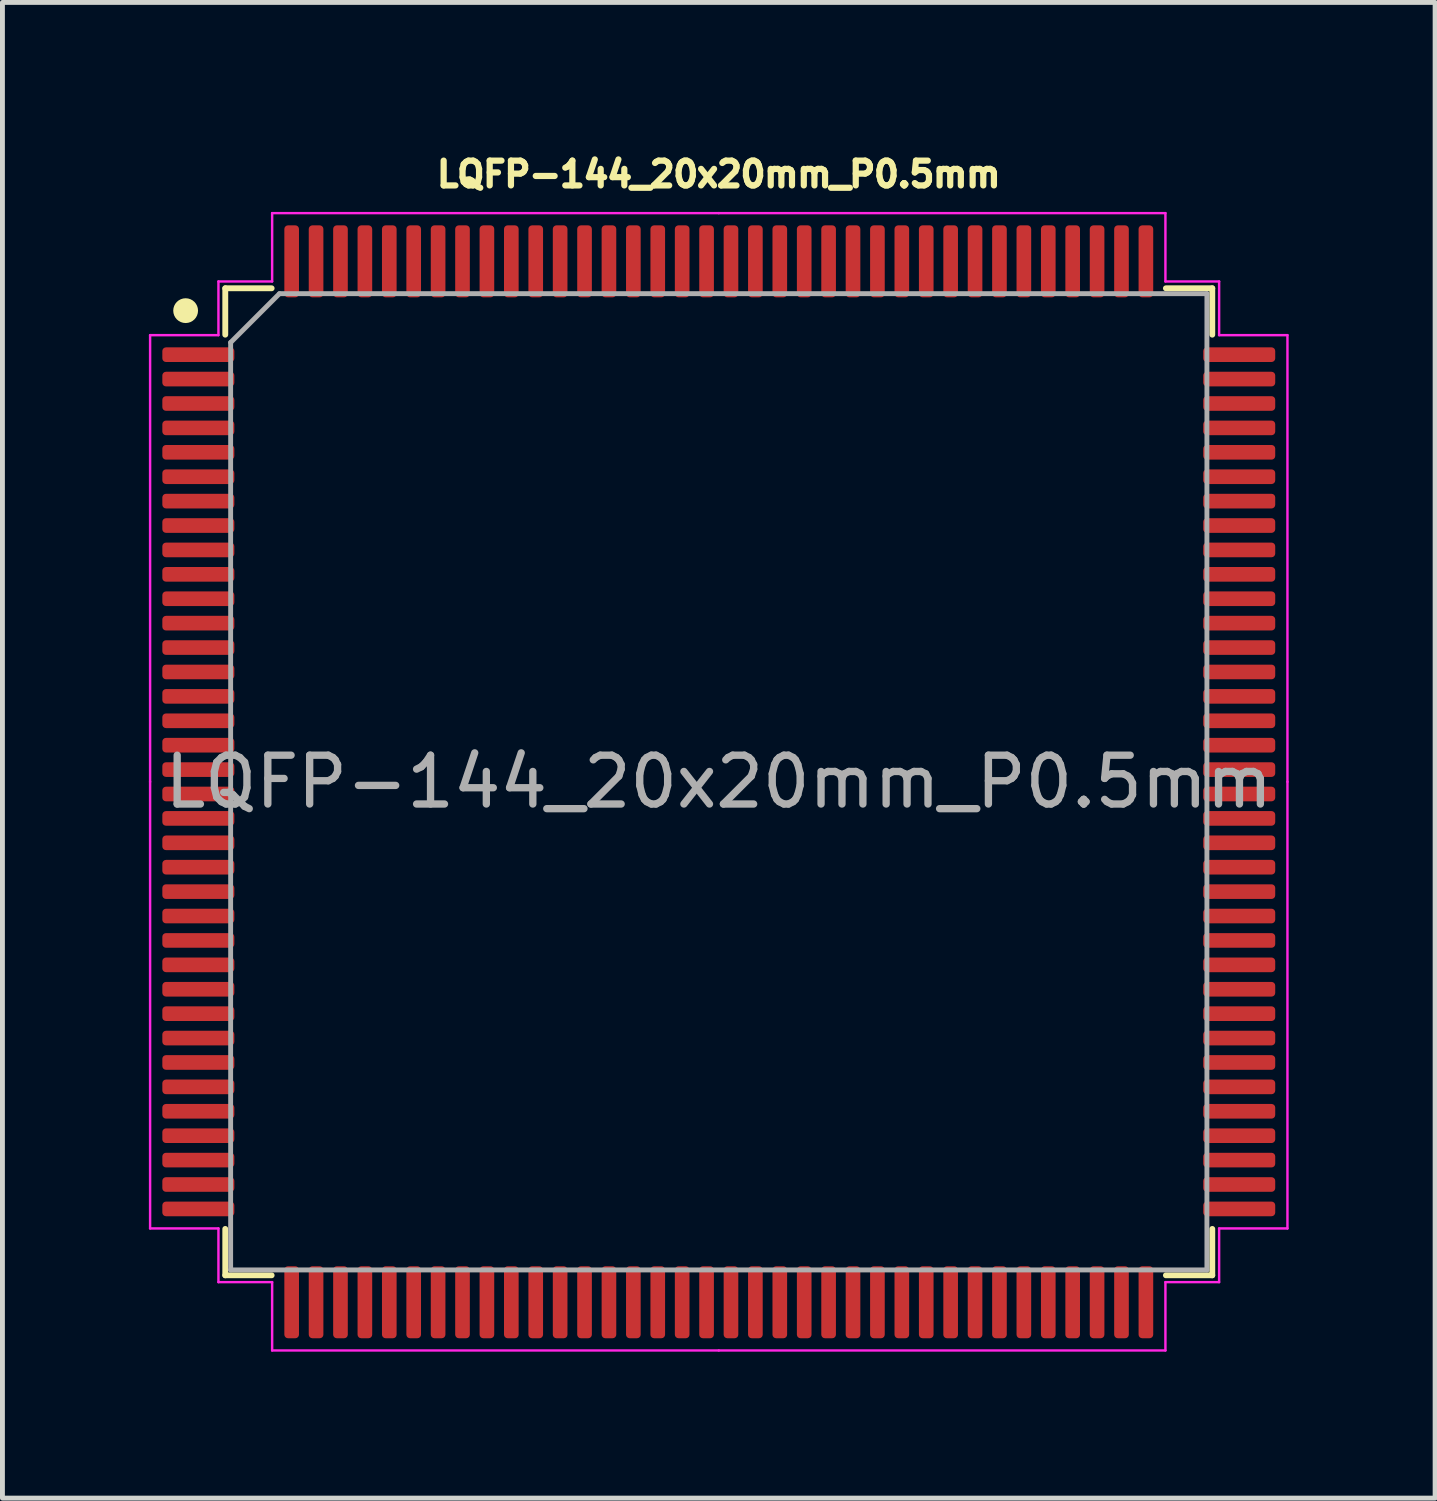
<source format=kicad_pcb>
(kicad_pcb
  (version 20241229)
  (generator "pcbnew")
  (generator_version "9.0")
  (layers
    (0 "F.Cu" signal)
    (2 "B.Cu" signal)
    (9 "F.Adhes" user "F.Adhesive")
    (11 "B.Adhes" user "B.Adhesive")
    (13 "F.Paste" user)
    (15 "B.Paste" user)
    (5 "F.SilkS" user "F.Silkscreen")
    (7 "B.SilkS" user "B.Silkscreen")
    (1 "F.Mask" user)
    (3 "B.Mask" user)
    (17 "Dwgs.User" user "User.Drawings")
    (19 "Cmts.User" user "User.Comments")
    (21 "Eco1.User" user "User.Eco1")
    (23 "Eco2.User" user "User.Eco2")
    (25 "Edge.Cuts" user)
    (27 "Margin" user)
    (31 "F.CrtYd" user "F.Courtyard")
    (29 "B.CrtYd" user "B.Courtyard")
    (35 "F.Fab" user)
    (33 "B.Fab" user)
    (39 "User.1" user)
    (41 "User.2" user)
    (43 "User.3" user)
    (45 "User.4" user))
  (footprint "LQFP-144_20x20mm_P0.5mm"
    (layer "F.Cu")
    (at 11.675 12.966)
    (property "Reference" "LQFP-144_20x20mm_P0.5mm" (at 0 -12.446 0) (layer "F.SilkS") (effects (font (size 0.508 0.508) (thickness 0.127))))
    (attr smd)
    (fp_line (start -10.11 -10.11) (end -10.11 -9.16) (stroke (width 0.12) (type solid)) (layer "F.SilkS"))
    (fp_line (start -10.11 10.11) (end -10.11 9.16) (stroke (width 0.12) (type solid)) (layer "F.SilkS"))
    (fp_line (start -9.16 -10.11) (end -10.11 -10.11) (stroke (width 0.12) (type solid)) (layer "F.SilkS"))
    (fp_line (start -9.16 10.11) (end -10.11 10.11) (stroke (width 0.12) (type solid)) (layer "F.SilkS"))
    (fp_line (start 9.16 -10.11) (end 10.11 -10.11) (stroke (width 0.12) (type solid)) (layer "F.SilkS"))
    (fp_line (start 9.16 10.11) (end 10.11 10.11) (stroke (width 0.12) (type solid)) (layer "F.SilkS"))
    (fp_line (start 10.11 -10.11) (end 10.11 -9.16) (stroke (width 0.12) (type solid)) (layer "F.SilkS"))
    (fp_line (start 10.11 10.11) (end 10.11 9.16) (stroke (width 0.12) (type solid)) (layer "F.SilkS"))
    (fp_circle (center -10.922 -9.652) (end -10.795 -9.652) (stroke (width 0.254) (type default)) (fill no) (layer "F.SilkS"))
    (fp_line (start -11.65 -9.15) (end -11.65 0) (stroke (width 0.05) (type solid)) (layer "F.CrtYd"))
    (fp_line (start -11.65 9.15) (end -11.65 0) (stroke (width 0.05) (type solid)) (layer "F.CrtYd"))
    (fp_line (start -10.25 -10.25) (end -10.25 -9.15) (stroke (width 0.05) (type solid)) (layer "F.CrtYd"))
    (fp_line (start -10.25 -9.15) (end -11.65 -9.15) (stroke (width 0.05) (type solid)) (layer "F.CrtYd"))
    (fp_line (start -10.25 9.15) (end -11.65 9.15) (stroke (width 0.05) (type solid)) (layer "F.CrtYd"))
    (fp_line (start -10.25 10.25) (end -10.25 9.15) (stroke (width 0.05) (type solid)) (layer "F.CrtYd"))
    (fp_line (start -9.15 -11.65) (end -9.15 -10.25) (stroke (width 0.05) (type solid)) (layer "F.CrtYd"))
    (fp_line (start -9.15 -10.25) (end -10.25 -10.25) (stroke (width 0.05) (type solid)) (layer "F.CrtYd"))
    (fp_line (start -9.15 10.25) (end -10.25 10.25) (stroke (width 0.05) (type solid)) (layer "F.CrtYd"))
    (fp_line (start -9.15 11.65) (end -9.15 10.25) (stroke (width 0.05) (type solid)) (layer "F.CrtYd"))
    (fp_line (start 0 -11.65) (end -9.15 -11.65) (stroke (width 0.05) (type solid)) (layer "F.CrtYd"))
    (fp_line (start 0 -11.65) (end 9.15 -11.65) (stroke (width 0.05) (type solid)) (layer "F.CrtYd"))
    (fp_line (start 0 11.65) (end -9.15 11.65) (stroke (width 0.05) (type solid)) (layer "F.CrtYd"))
    (fp_line (start 0 11.65) (end 9.15 11.65) (stroke (width 0.05) (type solid)) (layer "F.CrtYd"))
    (fp_line (start 9.15 -11.65) (end 9.15 -10.25) (stroke (width 0.05) (type solid)) (layer "F.CrtYd"))
    (fp_line (start 9.15 -10.25) (end 10.25 -10.25) (stroke (width 0.05) (type solid)) (layer "F.CrtYd"))
    (fp_line (start 9.15 10.25) (end 10.25 10.25) (stroke (width 0.05) (type solid)) (layer "F.CrtYd"))
    (fp_line (start 9.15 11.65) (end 9.15 10.25) (stroke (width 0.05) (type solid)) (layer "F.CrtYd"))
    (fp_line (start 10.25 -10.25) (end 10.25 -9.15) (stroke (width 0.05) (type solid)) (layer "F.CrtYd"))
    (fp_line (start 10.25 -9.15) (end 11.65 -9.15) (stroke (width 0.05) (type solid)) (layer "F.CrtYd"))
    (fp_line (start 10.25 9.15) (end 11.65 9.15) (stroke (width 0.05) (type solid)) (layer "F.CrtYd"))
    (fp_line (start 10.25 10.25) (end 10.25 9.15) (stroke (width 0.05) (type solid)) (layer "F.CrtYd"))
    (fp_line (start 11.65 -9.15) (end 11.65 0) (stroke (width 0.05) (type solid)) (layer "F.CrtYd"))
    (fp_line (start 11.65 9.15) (end 11.65 0) (stroke (width 0.05) (type solid)) (layer "F.CrtYd"))
    (fp_line (start -10 -9) (end -9 -10) (stroke (width 0.1) (type solid)) (layer "F.Fab"))
    (fp_line (start -10 10) (end -10 -9) (stroke (width 0.1) (type solid)) (layer "F.Fab"))
    (fp_line (start -9 -10) (end 10 -10) (stroke (width 0.1) (type solid)) (layer "F.Fab"))
    (fp_line (start 10 -10) (end 10 10) (stroke (width 0.1) (type solid)) (layer "F.Fab"))
    (fp_line (start 10 10) (end -10 10) (stroke (width 0.1) (type solid)) (layer "F.Fab"))
    (fp_text user "${REFERENCE}" (at 0 0 0) (layer "F.Fab") (effects (font (size 1 1) (thickness 0.15))))
    (pad "1" smd roundrect (at -10.662 -8.75) (size 1.475 0.3) (layers "F.Cu" "F.Mask" "F.Paste") (roundrect_rratio 0.25))
    (pad "2" smd roundrect (at -10.662 -8.25) (size 1.475 0.3) (layers "F.Cu" "F.Mask" "F.Paste") (roundrect_rratio 0.25))
    (pad "3" smd roundrect (at -10.662 -7.75) (size 1.475 0.3) (layers "F.Cu" "F.Mask" "F.Paste") (roundrect_rratio 0.25))
    (pad "4" smd roundrect (at -10.662 -7.25) (size 1.475 0.3) (layers "F.Cu" "F.Mask" "F.Paste") (roundrect_rratio 0.25))
    (pad "5" smd roundrect (at -10.662 -6.75) (size 1.475 0.3) (layers "F.Cu" "F.Mask" "F.Paste") (roundrect_rratio 0.25))
    (pad "6" smd roundrect (at -10.662 -6.25) (size 1.475 0.3) (layers "F.Cu" "F.Mask" "F.Paste") (roundrect_rratio 0.25))
    (pad "7" smd roundrect (at -10.662 -5.75) (size 1.475 0.3) (layers "F.Cu" "F.Mask" "F.Paste") (roundrect_rratio 0.25))
    (pad "8" smd roundrect (at -10.662 -5.25) (size 1.475 0.3) (layers "F.Cu" "F.Mask" "F.Paste") (roundrect_rratio 0.25))
    (pad "9" smd roundrect (at -10.662 -4.75) (size 1.475 0.3) (layers "F.Cu" "F.Mask" "F.Paste") (roundrect_rratio 0.25))
    (pad "10" smd roundrect (at -10.662 -4.25) (size 1.475 0.3) (layers "F.Cu" "F.Mask" "F.Paste") (roundrect_rratio 0.25))
    (pad "11" smd roundrect (at -10.662 -3.75) (size 1.475 0.3) (layers "F.Cu" "F.Mask" "F.Paste") (roundrect_rratio 0.25))
    (pad "12" smd roundrect (at -10.662 -3.25) (size 1.475 0.3) (layers "F.Cu" "F.Mask" "F.Paste") (roundrect_rratio 0.25))
    (pad "13" smd roundrect (at -10.662 -2.75) (size 1.475 0.3) (layers "F.Cu" "F.Mask" "F.Paste") (roundrect_rratio 0.25))
    (pad "14" smd roundrect (at -10.662 -2.25) (size 1.475 0.3) (layers "F.Cu" "F.Mask" "F.Paste") (roundrect_rratio 0.25))
    (pad "15" smd roundrect (at -10.662 -1.75) (size 1.475 0.3) (layers "F.Cu" "F.Mask" "F.Paste") (roundrect_rratio 0.25))
    (pad "16" smd roundrect (at -10.662 -1.25) (size 1.475 0.3) (layers "F.Cu" "F.Mask" "F.Paste") (roundrect_rratio 0.25))
    (pad "17" smd roundrect (at -10.662 -0.75) (size 1.475 0.3) (layers "F.Cu" "F.Mask" "F.Paste") (roundrect_rratio 0.25))
    (pad "18" smd roundrect (at -10.662 -0.25) (size 1.475 0.3) (layers "F.Cu" "F.Mask" "F.Paste") (roundrect_rratio 0.25))
    (pad "19" smd roundrect (at -10.662 0.25) (size 1.475 0.3) (layers "F.Cu" "F.Mask" "F.Paste") (roundrect_rratio 0.25))
    (pad "20" smd roundrect (at -10.662 0.75) (size 1.475 0.3) (layers "F.Cu" "F.Mask" "F.Paste") (roundrect_rratio 0.25))
    (pad "21" smd roundrect (at -10.662 1.25) (size 1.475 0.3) (layers "F.Cu" "F.Mask" "F.Paste") (roundrect_rratio 0.25))
    (pad "22" smd roundrect (at -10.662 1.75) (size 1.475 0.3) (layers "F.Cu" "F.Mask" "F.Paste") (roundrect_rratio 0.25))
    (pad "23" smd roundrect (at -10.662 2.25) (size 1.475 0.3) (layers "F.Cu" "F.Mask" "F.Paste") (roundrect_rratio 0.25))
    (pad "24" smd roundrect (at -10.662 2.75) (size 1.475 0.3) (layers "F.Cu" "F.Mask" "F.Paste") (roundrect_rratio 0.25))
    (pad "25" smd roundrect (at -10.662 3.25) (size 1.475 0.3) (layers "F.Cu" "F.Mask" "F.Paste") (roundrect_rratio 0.25))
    (pad "26" smd roundrect (at -10.662 3.75) (size 1.475 0.3) (layers "F.Cu" "F.Mask" "F.Paste") (roundrect_rratio 0.25))
    (pad "27" smd roundrect (at -10.662 4.25) (size 1.475 0.3) (layers "F.Cu" "F.Mask" "F.Paste") (roundrect_rratio 0.25))
    (pad "28" smd roundrect (at -10.662 4.75) (size 1.475 0.3) (layers "F.Cu" "F.Mask" "F.Paste") (roundrect_rratio 0.25))
    (pad "29" smd roundrect (at -10.662 5.25) (size 1.475 0.3) (layers "F.Cu" "F.Mask" "F.Paste") (roundrect_rratio 0.25))
    (pad "30" smd roundrect (at -10.662 5.75) (size 1.475 0.3) (layers "F.Cu" "F.Mask" "F.Paste") (roundrect_rratio 0.25))
    (pad "31" smd roundrect (at -10.662 6.25) (size 1.475 0.3) (layers "F.Cu" "F.Mask" "F.Paste") (roundrect_rratio 0.25))
    (pad "32" smd roundrect (at -10.662 6.75) (size 1.475 0.3) (layers "F.Cu" "F.Mask" "F.Paste") (roundrect_rratio 0.25))
    (pad "33" smd roundrect (at -10.662 7.25) (size 1.475 0.3) (layers "F.Cu" "F.Mask" "F.Paste") (roundrect_rratio 0.25))
    (pad "34" smd roundrect (at -10.662 7.75) (size 1.475 0.3) (layers "F.Cu" "F.Mask" "F.Paste") (roundrect_rratio 0.25))
    (pad "35" smd roundrect (at -10.662 8.25) (size 1.475 0.3) (layers "F.Cu" "F.Mask" "F.Paste") (roundrect_rratio 0.25))
    (pad "36" smd roundrect (at -10.662 8.75) (size 1.475 0.3) (layers "F.Cu" "F.Mask" "F.Paste") (roundrect_rratio 0.25))
    (pad "37" smd roundrect (at -8.75 10.662) (size 0.3 1.475) (layers "F.Cu" "F.Mask" "F.Paste") (roundrect_rratio 0.25))
    (pad "38" smd roundrect (at -8.25 10.662) (size 0.3 1.475) (layers "F.Cu" "F.Mask" "F.Paste") (roundrect_rratio 0.25))
    (pad "39" smd roundrect (at -7.75 10.662) (size 0.3 1.475) (layers "F.Cu" "F.Mask" "F.Paste") (roundrect_rratio 0.25))
    (pad "40" smd roundrect (at -7.25 10.662) (size 0.3 1.475) (layers "F.Cu" "F.Mask" "F.Paste") (roundrect_rratio 0.25))
    (pad "41" smd roundrect (at -6.75 10.662) (size 0.3 1.475) (layers "F.Cu" "F.Mask" "F.Paste") (roundrect_rratio 0.25))
    (pad "42" smd roundrect (at -6.25 10.662) (size 0.3 1.475) (layers "F.Cu" "F.Mask" "F.Paste") (roundrect_rratio 0.25))
    (pad "43" smd roundrect (at -5.75 10.662) (size 0.3 1.475) (layers "F.Cu" "F.Mask" "F.Paste") (roundrect_rratio 0.25))
    (pad "44" smd roundrect (at -5.25 10.662) (size 0.3 1.475) (layers "F.Cu" "F.Mask" "F.Paste") (roundrect_rratio 0.25))
    (pad "45" smd roundrect (at -4.75 10.662) (size 0.3 1.475) (layers "F.Cu" "F.Mask" "F.Paste") (roundrect_rratio 0.25))
    (pad "46" smd roundrect (at -4.25 10.662) (size 0.3 1.475) (layers "F.Cu" "F.Mask" "F.Paste") (roundrect_rratio 0.25))
    (pad "47" smd roundrect (at -3.75 10.662) (size 0.3 1.475) (layers "F.Cu" "F.Mask" "F.Paste") (roundrect_rratio 0.25))
    (pad "48" smd roundrect (at -3.25 10.662) (size 0.3 1.475) (layers "F.Cu" "F.Mask" "F.Paste") (roundrect_rratio 0.25))
    (pad "49" smd roundrect (at -2.75 10.662) (size 0.3 1.475) (layers "F.Cu" "F.Mask" "F.Paste") (roundrect_rratio 0.25))
    (pad "50" smd roundrect (at -2.25 10.662) (size 0.3 1.475) (layers "F.Cu" "F.Mask" "F.Paste") (roundrect_rratio 0.25))
    (pad "51" smd roundrect (at -1.75 10.662) (size 0.3 1.475) (layers "F.Cu" "F.Mask" "F.Paste") (roundrect_rratio 0.25))
    (pad "52" smd roundrect (at -1.25 10.662) (size 0.3 1.475) (layers "F.Cu" "F.Mask" "F.Paste") (roundrect_rratio 0.25))
    (pad "53" smd roundrect (at -0.75 10.662) (size 0.3 1.475) (layers "F.Cu" "F.Mask" "F.Paste") (roundrect_rratio 0.25))
    (pad "54" smd roundrect (at -0.25 10.662) (size 0.3 1.475) (layers "F.Cu" "F.Mask" "F.Paste") (roundrect_rratio 0.25))
    (pad "55" smd roundrect (at 0.25 10.662) (size 0.3 1.475) (layers "F.Cu" "F.Mask" "F.Paste") (roundrect_rratio 0.25))
    (pad "56" smd roundrect (at 0.75 10.662) (size 0.3 1.475) (layers "F.Cu" "F.Mask" "F.Paste") (roundrect_rratio 0.25))
    (pad "57" smd roundrect (at 1.25 10.662) (size 0.3 1.475) (layers "F.Cu" "F.Mask" "F.Paste") (roundrect_rratio 0.25))
    (pad "58" smd roundrect (at 1.75 10.662) (size 0.3 1.475) (layers "F.Cu" "F.Mask" "F.Paste") (roundrect_rratio 0.25))
    (pad "59" smd roundrect (at 2.25 10.662) (size 0.3 1.475) (layers "F.Cu" "F.Mask" "F.Paste") (roundrect_rratio 0.25))
    (pad "60" smd roundrect (at 2.75 10.662) (size 0.3 1.475) (layers "F.Cu" "F.Mask" "F.Paste") (roundrect_rratio 0.25))
    (pad "61" smd roundrect (at 3.25 10.662) (size 0.3 1.475) (layers "F.Cu" "F.Mask" "F.Paste") (roundrect_rratio 0.25))
    (pad "62" smd roundrect (at 3.75 10.662) (size 0.3 1.475) (layers "F.Cu" "F.Mask" "F.Paste") (roundrect_rratio 0.25))
    (pad "63" smd roundrect (at 4.25 10.662) (size 0.3 1.475) (layers "F.Cu" "F.Mask" "F.Paste") (roundrect_rratio 0.25))
    (pad "64" smd roundrect (at 4.75 10.662) (size 0.3 1.475) (layers "F.Cu" "F.Mask" "F.Paste") (roundrect_rratio 0.25))
    (pad "65" smd roundrect (at 5.25 10.662) (size 0.3 1.475) (layers "F.Cu" "F.Mask" "F.Paste") (roundrect_rratio 0.25))
    (pad "66" smd roundrect (at 5.75 10.662) (size 0.3 1.475) (layers "F.Cu" "F.Mask" "F.Paste") (roundrect_rratio 0.25))
    (pad "67" smd roundrect (at 6.25 10.662) (size 0.3 1.475) (layers "F.Cu" "F.Mask" "F.Paste") (roundrect_rratio 0.25))
    (pad "68" smd roundrect (at 6.75 10.662) (size 0.3 1.475) (layers "F.Cu" "F.Mask" "F.Paste") (roundrect_rratio 0.25))
    (pad "69" smd roundrect (at 7.25 10.662) (size 0.3 1.475) (layers "F.Cu" "F.Mask" "F.Paste") (roundrect_rratio 0.25))
    (pad "70" smd roundrect (at 7.75 10.662) (size 0.3 1.475) (layers "F.Cu" "F.Mask" "F.Paste") (roundrect_rratio 0.25))
    (pad "71" smd roundrect (at 8.25 10.662) (size 0.3 1.475) (layers "F.Cu" "F.Mask" "F.Paste") (roundrect_rratio 0.25))
    (pad "72" smd roundrect (at 8.75 10.662) (size 0.3 1.475) (layers "F.Cu" "F.Mask" "F.Paste") (roundrect_rratio 0.25))
    (pad "73" smd roundrect (at 10.662 8.75) (size 1.475 0.3) (layers "F.Cu" "F.Mask" "F.Paste") (roundrect_rratio 0.25))
    (pad "74" smd roundrect (at 10.662 8.25) (size 1.475 0.3) (layers "F.Cu" "F.Mask" "F.Paste") (roundrect_rratio 0.25))
    (pad "75" smd roundrect (at 10.662 7.75) (size 1.475 0.3) (layers "F.Cu" "F.Mask" "F.Paste") (roundrect_rratio 0.25))
    (pad "76" smd roundrect (at 10.662 7.25) (size 1.475 0.3) (layers "F.Cu" "F.Mask" "F.Paste") (roundrect_rratio 0.25))
    (pad "77" smd roundrect (at 10.662 6.75) (size 1.475 0.3) (layers "F.Cu" "F.Mask" "F.Paste") (roundrect_rratio 0.25))
    (pad "78" smd roundrect (at 10.662 6.25) (size 1.475 0.3) (layers "F.Cu" "F.Mask" "F.Paste") (roundrect_rratio 0.25))
    (pad "79" smd roundrect (at 10.662 5.75) (size 1.475 0.3) (layers "F.Cu" "F.Mask" "F.Paste") (roundrect_rratio 0.25))
    (pad "80" smd roundrect (at 10.662 5.25) (size 1.475 0.3) (layers "F.Cu" "F.Mask" "F.Paste") (roundrect_rratio 0.25))
    (pad "81" smd roundrect (at 10.662 4.75) (size 1.475 0.3) (layers "F.Cu" "F.Mask" "F.Paste") (roundrect_rratio 0.25))
    (pad "82" smd roundrect (at 10.662 4.25) (size 1.475 0.3) (layers "F.Cu" "F.Mask" "F.Paste") (roundrect_rratio 0.25))
    (pad "83" smd roundrect (at 10.662 3.75) (size 1.475 0.3) (layers "F.Cu" "F.Mask" "F.Paste") (roundrect_rratio 0.25))
    (pad "84" smd roundrect (at 10.662 3.25) (size 1.475 0.3) (layers "F.Cu" "F.Mask" "F.Paste") (roundrect_rratio 0.25))
    (pad "85" smd roundrect (at 10.662 2.75) (size 1.475 0.3) (layers "F.Cu" "F.Mask" "F.Paste") (roundrect_rratio 0.25))
    (pad "86" smd roundrect (at 10.662 2.25) (size 1.475 0.3) (layers "F.Cu" "F.Mask" "F.Paste") (roundrect_rratio 0.25))
    (pad "87" smd roundrect (at 10.662 1.75) (size 1.475 0.3) (layers "F.Cu" "F.Mask" "F.Paste") (roundrect_rratio 0.25))
    (pad "88" smd roundrect (at 10.662 1.25) (size 1.475 0.3) (layers "F.Cu" "F.Mask" "F.Paste") (roundrect_rratio 0.25))
    (pad "89" smd roundrect (at 10.662 0.75) (size 1.475 0.3) (layers "F.Cu" "F.Mask" "F.Paste") (roundrect_rratio 0.25))
    (pad "90" smd roundrect (at 10.662 0.25) (size 1.475 0.3) (layers "F.Cu" "F.Mask" "F.Paste") (roundrect_rratio 0.25))
    (pad "91" smd roundrect (at 10.662 -0.25) (size 1.475 0.3) (layers "F.Cu" "F.Mask" "F.Paste") (roundrect_rratio 0.25))
    (pad "92" smd roundrect (at 10.662 -0.75) (size 1.475 0.3) (layers "F.Cu" "F.Mask" "F.Paste") (roundrect_rratio 0.25))
    (pad "93" smd roundrect (at 10.662 -1.25) (size 1.475 0.3) (layers "F.Cu" "F.Mask" "F.Paste") (roundrect_rratio 0.25))
    (pad "94" smd roundrect (at 10.662 -1.75) (size 1.475 0.3) (layers "F.Cu" "F.Mask" "F.Paste") (roundrect_rratio 0.25))
    (pad "95" smd roundrect (at 10.662 -2.25) (size 1.475 0.3) (layers "F.Cu" "F.Mask" "F.Paste") (roundrect_rratio 0.25))
    (pad "96" smd roundrect (at 10.662 -2.75) (size 1.475 0.3) (layers "F.Cu" "F.Mask" "F.Paste") (roundrect_rratio 0.25))
    (pad "97" smd roundrect (at 10.662 -3.25) (size 1.475 0.3) (layers "F.Cu" "F.Mask" "F.Paste") (roundrect_rratio 0.25))
    (pad "98" smd roundrect (at 10.662 -3.75) (size 1.475 0.3) (layers "F.Cu" "F.Mask" "F.Paste") (roundrect_rratio 0.25))
    (pad "99" smd roundrect (at 10.662 -4.25) (size 1.475 0.3) (layers "F.Cu" "F.Mask" "F.Paste") (roundrect_rratio 0.25))
    (pad "100" smd roundrect (at 10.662 -4.75) (size 1.475 0.3) (layers "F.Cu" "F.Mask" "F.Paste") (roundrect_rratio 0.25))
    (pad "101" smd roundrect (at 10.662 -5.25) (size 1.475 0.3) (layers "F.Cu" "F.Mask" "F.Paste") (roundrect_rratio 0.25))
    (pad "102" smd roundrect (at 10.662 -5.75) (size 1.475 0.3) (layers "F.Cu" "F.Mask" "F.Paste") (roundrect_rratio 0.25))
    (pad "103" smd roundrect (at 10.662 -6.25) (size 1.475 0.3) (layers "F.Cu" "F.Mask" "F.Paste") (roundrect_rratio 0.25))
    (pad "104" smd roundrect (at 10.662 -6.75) (size 1.475 0.3) (layers "F.Cu" "F.Mask" "F.Paste") (roundrect_rratio 0.25))
    (pad "105" smd roundrect (at 10.662 -7.25) (size 1.475 0.3) (layers "F.Cu" "F.Mask" "F.Paste") (roundrect_rratio 0.25))
    (pad "106" smd roundrect (at 10.662 -7.75) (size 1.475 0.3) (layers "F.Cu" "F.Mask" "F.Paste") (roundrect_rratio 0.25))
    (pad "107" smd roundrect (at 10.662 -8.25) (size 1.475 0.3) (layers "F.Cu" "F.Mask" "F.Paste") (roundrect_rratio 0.25))
    (pad "108" smd roundrect (at 10.662 -8.75) (size 1.475 0.3) (layers "F.Cu" "F.Mask" "F.Paste") (roundrect_rratio 0.25))
    (pad "109" smd roundrect (at 8.75 -10.662) (size 0.3 1.475) (layers "F.Cu" "F.Mask" "F.Paste") (roundrect_rratio 0.25))
    (pad "110" smd roundrect (at 8.25 -10.662) (size 0.3 1.475) (layers "F.Cu" "F.Mask" "F.Paste") (roundrect_rratio 0.25))
    (pad "111" smd roundrect (at 7.75 -10.662) (size 0.3 1.475) (layers "F.Cu" "F.Mask" "F.Paste") (roundrect_rratio 0.25))
    (pad "112" smd roundrect (at 7.25 -10.662) (size 0.3 1.475) (layers "F.Cu" "F.Mask" "F.Paste") (roundrect_rratio 0.25))
    (pad "113" smd roundrect (at 6.75 -10.662) (size 0.3 1.475) (layers "F.Cu" "F.Mask" "F.Paste") (roundrect_rratio 0.25))
    (pad "114" smd roundrect (at 6.25 -10.662) (size 0.3 1.475) (layers "F.Cu" "F.Mask" "F.Paste") (roundrect_rratio 0.25))
    (pad "115" smd roundrect (at 5.75 -10.662) (size 0.3 1.475) (layers "F.Cu" "F.Mask" "F.Paste") (roundrect_rratio 0.25))
    (pad "116" smd roundrect (at 5.25 -10.662) (size 0.3 1.475) (layers "F.Cu" "F.Mask" "F.Paste") (roundrect_rratio 0.25))
    (pad "117" smd roundrect (at 4.75 -10.662) (size 0.3 1.475) (layers "F.Cu" "F.Mask" "F.Paste") (roundrect_rratio 0.25))
    (pad "118" smd roundrect (at 4.25 -10.662) (size 0.3 1.475) (layers "F.Cu" "F.Mask" "F.Paste") (roundrect_rratio 0.25))
    (pad "119" smd roundrect (at 3.75 -10.662) (size 0.3 1.475) (layers "F.Cu" "F.Mask" "F.Paste") (roundrect_rratio 0.25))
    (pad "120" smd roundrect (at 3.25 -10.662) (size 0.3 1.475) (layers "F.Cu" "F.Mask" "F.Paste") (roundrect_rratio 0.25))
    (pad "121" smd roundrect (at 2.75 -10.662) (size 0.3 1.475) (layers "F.Cu" "F.Mask" "F.Paste") (roundrect_rratio 0.25))
    (pad "122" smd roundrect (at 2.25 -10.662) (size 0.3 1.475) (layers "F.Cu" "F.Mask" "F.Paste") (roundrect_rratio 0.25))
    (pad "123" smd roundrect (at 1.75 -10.662) (size 0.3 1.475) (layers "F.Cu" "F.Mask" "F.Paste") (roundrect_rratio 0.25))
    (pad "124" smd roundrect (at 1.25 -10.662) (size 0.3 1.475) (layers "F.Cu" "F.Mask" "F.Paste") (roundrect_rratio 0.25))
    (pad "125" smd roundrect (at 0.75 -10.662) (size 0.3 1.475) (layers "F.Cu" "F.Mask" "F.Paste") (roundrect_rratio 0.25))
    (pad "126" smd roundrect (at 0.25 -10.662) (size 0.3 1.475) (layers "F.Cu" "F.Mask" "F.Paste") (roundrect_rratio 0.25))
    (pad "127" smd roundrect (at -0.25 -10.662) (size 0.3 1.475) (layers "F.Cu" "F.Mask" "F.Paste") (roundrect_rratio 0.25))
    (pad "128" smd roundrect (at -0.75 -10.662) (size 0.3 1.475) (layers "F.Cu" "F.Mask" "F.Paste") (roundrect_rratio 0.25))
    (pad "129" smd roundrect (at -1.25 -10.662) (size 0.3 1.475) (layers "F.Cu" "F.Mask" "F.Paste") (roundrect_rratio 0.25))
    (pad "130" smd roundrect (at -1.75 -10.662) (size 0.3 1.475) (layers "F.Cu" "F.Mask" "F.Paste") (roundrect_rratio 0.25))
    (pad "131" smd roundrect (at -2.25 -10.662) (size 0.3 1.475) (layers "F.Cu" "F.Mask" "F.Paste") (roundrect_rratio 0.25))
    (pad "132" smd roundrect (at -2.75 -10.662) (size 0.3 1.475) (layers "F.Cu" "F.Mask" "F.Paste") (roundrect_rratio 0.25))
    (pad "133" smd roundrect (at -3.25 -10.662) (size 0.3 1.475) (layers "F.Cu" "F.Mask" "F.Paste") (roundrect_rratio 0.25))
    (pad "134" smd roundrect (at -3.75 -10.662) (size 0.3 1.475) (layers "F.Cu" "F.Mask" "F.Paste") (roundrect_rratio 0.25))
    (pad "135" smd roundrect (at -4.25 -10.662) (size 0.3 1.475) (layers "F.Cu" "F.Mask" "F.Paste") (roundrect_rratio 0.25))
    (pad "136" smd roundrect (at -4.75 -10.662) (size 0.3 1.475) (layers "F.Cu" "F.Mask" "F.Paste") (roundrect_rratio 0.25))
    (pad "137" smd roundrect (at -5.25 -10.662) (size 0.3 1.475) (layers "F.Cu" "F.Mask" "F.Paste") (roundrect_rratio 0.25))
    (pad "138" smd roundrect (at -5.75 -10.662) (size 0.3 1.475) (layers "F.Cu" "F.Mask" "F.Paste") (roundrect_rratio 0.25))
    (pad "139" smd roundrect (at -6.25 -10.662) (size 0.3 1.475) (layers "F.Cu" "F.Mask" "F.Paste") (roundrect_rratio 0.25))
    (pad "140" smd roundrect (at -6.75 -10.662) (size 0.3 1.475) (layers "F.Cu" "F.Mask" "F.Paste") (roundrect_rratio 0.25))
    (pad "141" smd roundrect (at -7.25 -10.662) (size 0.3 1.475) (layers "F.Cu" "F.Mask" "F.Paste") (roundrect_rratio 0.25))
    (pad "142" smd roundrect (at -7.75 -10.662) (size 0.3 1.475) (layers "F.Cu" "F.Mask" "F.Paste") (roundrect_rratio 0.25))
    (pad "143" smd roundrect (at -8.25 -10.662) (size 0.3 1.475) (layers "F.Cu" "F.Mask" "F.Paste") (roundrect_rratio 0.25))
    (pad "144" smd roundrect (at -8.75 -10.662) (size 0.3 1.475) (layers "F.Cu" "F.Mask" "F.Paste") (roundrect_rratio 0.25)))
  (gr_rect
    (start -3 -3)
    (end 26.35 27.641)
    (stroke (width 0.1) (type default))
    (fill no)
    (layer "Edge.Cuts")))
</source>
